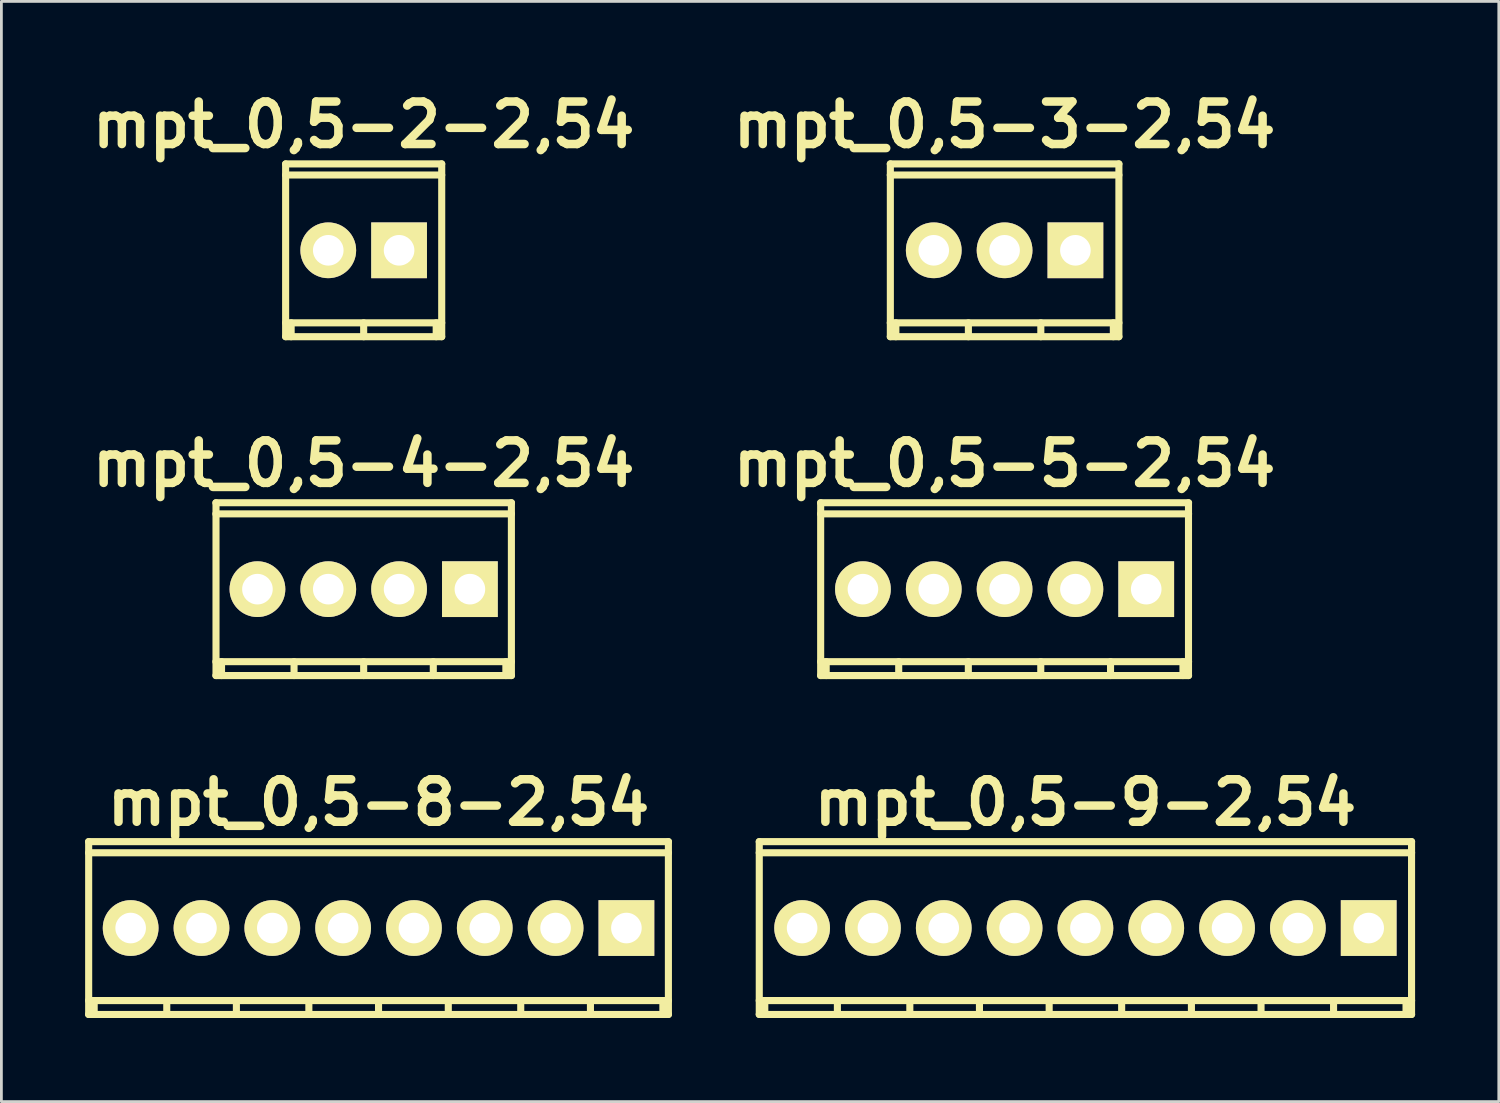
<source format=kicad_pcb>
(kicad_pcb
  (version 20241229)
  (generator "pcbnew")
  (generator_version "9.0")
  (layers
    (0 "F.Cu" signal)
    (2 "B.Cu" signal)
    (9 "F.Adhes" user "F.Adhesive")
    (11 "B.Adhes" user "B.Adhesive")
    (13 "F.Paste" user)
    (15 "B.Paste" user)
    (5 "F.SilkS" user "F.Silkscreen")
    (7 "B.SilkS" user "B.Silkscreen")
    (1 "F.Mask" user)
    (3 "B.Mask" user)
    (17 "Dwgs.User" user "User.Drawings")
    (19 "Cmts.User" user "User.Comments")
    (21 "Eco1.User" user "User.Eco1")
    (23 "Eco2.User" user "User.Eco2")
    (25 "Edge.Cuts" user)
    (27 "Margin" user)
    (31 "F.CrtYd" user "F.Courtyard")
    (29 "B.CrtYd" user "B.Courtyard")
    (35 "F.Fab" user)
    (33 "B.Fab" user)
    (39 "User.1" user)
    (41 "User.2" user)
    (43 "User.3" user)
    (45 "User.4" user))
  (footprint "mpt_0,5-9-2,54"
    (layer "F.Cu")
    (at 35.878 30.234)
    (property "Reference" "mpt_0,5-9-2,54" (at 0 -4.501 0) (layer "F.SilkS") (effects (font (size 1.524 1.524) (thickness 0.305))))
    (attr through_hole)
    (fp_line (start -11.699 -2.7) (end 11.699 -2.7) (stroke (width 0.254) (type solid)) (layer "F.SilkS"))
    (fp_line (start -11.699 3.099) (end 11.699 3.099) (stroke (width 0.254) (type solid)) (layer "F.SilkS"))
    (fp_line (start -11.697 -3.099) (end -11.697 3.099) (stroke (width 0.254) (type solid)) (layer "F.SilkS"))
    (fp_line (start -11.499 3.099) (end -11.499 2.601) (stroke (width 0.254) (type solid)) (layer "F.SilkS"))
    (fp_line (start -8.895 3.099) (end -8.895 2.601) (stroke (width 0.254) (type solid)) (layer "F.SilkS"))
    (fp_line (start -6.297 2.601) (end -6.297 3.099) (stroke (width 0.254) (type solid)) (layer "F.SilkS"))
    (fp_line (start -3.8 2.601) (end -3.8 3.099) (stroke (width 0.254) (type solid)) (layer "F.SilkS"))
    (fp_line (start -1.3 2.601) (end -1.3 3.099) (stroke (width 0.254) (type solid)) (layer "F.SilkS"))
    (fp_line (start 1.3 2.601) (end 1.3 3.099) (stroke (width 0.254) (type solid)) (layer "F.SilkS"))
    (fp_line (start 3.802 2.601) (end 3.802 3.099) (stroke (width 0.254) (type solid)) (layer "F.SilkS"))
    (fp_line (start 6.299 2.601) (end 6.299 3.099) (stroke (width 0.254) (type solid)) (layer "F.SilkS"))
    (fp_line (start 8.9 2.601) (end 8.9 3.099) (stroke (width 0.254) (type solid)) (layer "F.SilkS"))
    (fp_line (start 11.499 2.601) (end 11.499 3.099) (stroke (width 0.254) (type solid)) (layer "F.SilkS"))
    (fp_line (start 11.697 3.099) (end 11.697 -3.099) (stroke (width 0.254) (type solid)) (layer "F.SilkS"))
    (fp_line (start 11.699 -3.099) (end -11.699 -3.099) (stroke (width 0.254) (type solid)) (layer "F.SilkS"))
    (fp_line (start 11.699 2.601) (end -11.699 2.601) (stroke (width 0.254) (type solid)) (layer "F.SilkS"))
    (pad "1" thru_hole rect (at 10.16 0) (size 1.999 1.999) (drill 1.097) (layers "*.Cu" "*.Mask" "F.SilkS"))
    (pad "2" thru_hole oval (at 7.62 0) (size 1.999 1.999) (drill 1.097) (layers "*.Cu" "*.Mask" "F.SilkS"))
    (pad "3" thru_hole oval (at 5.08 0) (size 1.999 1.999) (drill 1.097) (layers "*.Cu" "*.Mask" "F.SilkS"))
    (pad "4" thru_hole oval (at 2.54 0) (size 1.999 1.999) (drill 1.097) (layers "*.Cu" "*.Mask" "F.SilkS"))
    (pad "5" thru_hole oval (at 0 0) (size 1.999 1.999) (drill 1.097) (layers "*.Cu" "*.Mask" "F.SilkS"))
    (pad "6" thru_hole oval (at -2.54 0) (size 1.999 1.999) (drill 1.097) (layers "*.Cu" "*.Mask" "F.SilkS"))
    (pad "7" thru_hole oval (at -5.08 0) (size 1.999 1.999) (drill 1.097) (layers "*.Cu" "*.Mask" "F.SilkS"))
    (pad "8" thru_hole oval (at -7.62 0) (size 1.999 1.999) (drill 1.097) (layers "*.Cu" "*.Mask" "F.SilkS"))
    (pad "9" thru_hole oval (at -10.16 0) (size 1.999 1.999) (drill 1.097) (layers "*.Cu" "*.Mask" "F.SilkS")))
  (footprint "mpt_0,5-3-2,54"
    (layer "F.Cu")
    (at 32.979 5.927)
    (property "Reference" "mpt_0,5-3-2,54" (at 0 -4.501 0) (layer "F.SilkS") (effects (font (size 1.524 1.524) (thickness 0.305))))
    (attr through_hole)
    (fp_line (start -4.1 3.099) (end 4.1 3.099) (stroke (width 0.254) (type solid)) (layer "F.SilkS"))
    (fp_line (start -4.097 -3.099) (end -4.097 3.099) (stroke (width 0.254) (type solid)) (layer "F.SilkS"))
    (fp_line (start -3.899 3.099) (end -3.899 2.601) (stroke (width 0.254) (type solid)) (layer "F.SilkS"))
    (fp_line (start -1.298 3.099) (end -1.298 2.601) (stroke (width 0.254) (type solid)) (layer "F.SilkS"))
    (fp_line (start 1.3 2.601) (end 1.3 3.099) (stroke (width 0.254) (type solid)) (layer "F.SilkS"))
    (fp_line (start 3.901 2.601) (end 3.901 3.099) (stroke (width 0.254) (type solid)) (layer "F.SilkS"))
    (fp_line (start 4.1 -3.099) (end -4.1 -3.099) (stroke (width 0.254) (type solid)) (layer "F.SilkS"))
    (fp_line (start 4.1 -2.7) (end -4.1 -2.7) (stroke (width 0.254) (type solid)) (layer "F.SilkS"))
    (fp_line (start 4.1 2.601) (end -4.1 2.601) (stroke (width 0.254) (type solid)) (layer "F.SilkS"))
    (fp_line (start 4.1 3.099) (end 4.1 -3.099) (stroke (width 0.254) (type solid)) (layer "F.SilkS"))
    (pad "1" thru_hole rect (at 2.54 0) (size 1.999 1.999) (drill 1.097) (layers "*.Cu" "*.Mask" "F.SilkS"))
    (pad "2" thru_hole oval (at 0 0) (size 1.999 1.999) (drill 1.097) (layers "*.Cu" "*.Mask" "F.SilkS"))
    (pad "3" thru_hole oval (at -2.54 0) (size 1.999 1.999) (drill 1.097) (layers "*.Cu" "*.Mask" "F.SilkS")))
  (footprint "mpt_0,5-8-2,54"
    (layer "F.Cu")
    (at 10.526 30.234)
    (property "Reference" "mpt_0,5-8-2,54" (at 0 -4.501 0) (layer "F.SilkS") (effects (font (size 1.524 1.524) (thickness 0.305))))
    (attr through_hole)
    (fp_line (start -10.399 -2.7) (end 10.399 -2.7) (stroke (width 0.254) (type solid)) (layer "F.SilkS"))
    (fp_line (start -10.399 2.601) (end 10.399 2.601) (stroke (width 0.254) (type solid)) (layer "F.SilkS"))
    (fp_line (start -10.396 -3.099) (end -10.396 3.099) (stroke (width 0.254) (type solid)) (layer "F.SilkS"))
    (fp_line (start -10.198 3.099) (end -10.198 2.601) (stroke (width 0.254) (type solid)) (layer "F.SilkS"))
    (fp_line (start -7.595 3.099) (end -7.595 2.601) (stroke (width 0.254) (type solid)) (layer "F.SilkS"))
    (fp_line (start -5.098 2.601) (end -5.098 3.099) (stroke (width 0.254) (type solid)) (layer "F.SilkS"))
    (fp_line (start -2.499 2.601) (end -2.499 3.099) (stroke (width 0.254) (type solid)) (layer "F.SilkS"))
    (fp_line (start 0 2.601) (end 0 3.099) (stroke (width 0.254) (type solid)) (layer "F.SilkS"))
    (fp_line (start 2.502 2.601) (end 2.502 3.099) (stroke (width 0.254) (type solid)) (layer "F.SilkS"))
    (fp_line (start 5.1 2.601) (end 5.1 3.099) (stroke (width 0.254) (type solid)) (layer "F.SilkS"))
    (fp_line (start 7.6 2.601) (end 7.6 3.099) (stroke (width 0.254) (type solid)) (layer "F.SilkS"))
    (fp_line (start 10.198 2.601) (end 10.198 3.099) (stroke (width 0.254) (type solid)) (layer "F.SilkS"))
    (fp_line (start 10.396 3.099) (end 10.396 -3.099) (stroke (width 0.254) (type solid)) (layer "F.SilkS"))
    (fp_line (start 10.399 -3.099) (end -10.399 -3.099) (stroke (width 0.254) (type solid)) (layer "F.SilkS"))
    (fp_line (start 10.399 3.099) (end -10.399 3.099) (stroke (width 0.254) (type solid)) (layer "F.SilkS"))
    (pad "1" thru_hole rect (at 8.89 0) (size 1.999 1.999) (drill 1.097) (layers "*.Cu" "*.Mask" "F.SilkS"))
    (pad "2" thru_hole oval (at 6.35 0) (size 1.999 1.999) (drill 1.097) (layers "*.Cu" "*.Mask" "F.SilkS"))
    (pad "3" thru_hole oval (at 3.81 0) (size 1.999 1.999) (drill 1.097) (layers "*.Cu" "*.Mask" "F.SilkS"))
    (pad "4" thru_hole oval (at 1.27 0) (size 1.999 1.999) (drill 1.097) (layers "*.Cu" "*.Mask" "F.SilkS"))
    (pad "5" thru_hole oval (at -1.27 0) (size 1.999 1.999) (drill 1.097) (layers "*.Cu" "*.Mask" "F.SilkS"))
    (pad "6" thru_hole oval (at -3.81 0) (size 1.999 1.999) (drill 1.097) (layers "*.Cu" "*.Mask" "F.SilkS"))
    (pad "7" thru_hole oval (at -6.35 0) (size 1.999 1.999) (drill 1.097) (layers "*.Cu" "*.Mask" "F.SilkS"))
    (pad "8" thru_hole oval (at -8.89 0) (size 1.999 1.999) (drill 1.097) (layers "*.Cu" "*.Mask" "F.SilkS")))
  (footprint "mpt_0,5-2-2,54"
    (layer "F.Cu")
    (at 9.993 5.927)
    (property "Reference" "mpt_0,5-2-2,54" (at 0 -4.501 0) (layer "F.SilkS") (effects (font (size 1.524 1.524) (thickness 0.305))))
    (attr through_hole)
    (fp_line (start -2.799 -3.099) (end -2.799 3.099) (stroke (width 0.254) (type solid)) (layer "F.SilkS"))
    (fp_line (start -2.799 -2.7) (end 2.799 -2.7) (stroke (width 0.254) (type solid)) (layer "F.SilkS"))
    (fp_line (start -2.799 3.099) (end 2.799 3.099) (stroke (width 0.254) (type solid)) (layer "F.SilkS"))
    (fp_line (start -2.601 3.099) (end -2.601 2.601) (stroke (width 0.254) (type solid)) (layer "F.SilkS"))
    (fp_line (start 0 3.099) (end 0 2.601) (stroke (width 0.254) (type solid)) (layer "F.SilkS"))
    (fp_line (start 2.601 2.601) (end 2.601 3.099) (stroke (width 0.254) (type solid)) (layer "F.SilkS"))
    (fp_line (start 2.799 -3.099) (end -2.799 -3.099) (stroke (width 0.254) (type solid)) (layer "F.SilkS"))
    (fp_line (start 2.799 2.601) (end -2.799 2.601) (stroke (width 0.254) (type solid)) (layer "F.SilkS"))
    (fp_line (start 2.799 3.099) (end 2.799 -3.099) (stroke (width 0.254) (type solid)) (layer "F.SilkS"))
    (pad "1" thru_hole rect (at 1.27 0) (size 1.999 1.999) (drill 1.097) (layers "*.Cu" "*.Mask" "F.SilkS"))
    (pad "2" thru_hole oval (at -1.27 0) (size 1.999 1.999) (drill 1.097) (layers "*.Cu" "*.Mask" "F.SilkS")))
  (footprint "mpt_0,5-4-2,54"
    (layer "F.Cu")
    (at 9.993 18.08)
    (property "Reference" "mpt_0,5-4-2,54" (at 0 -4.501 0) (layer "F.SilkS") (effects (font (size 1.524 1.524) (thickness 0.305))))
    (attr through_hole)
    (fp_line (start -5.301 -2.7) (end 5.301 -2.7) (stroke (width 0.254) (type solid)) (layer "F.SilkS"))
    (fp_line (start -5.301 2.601) (end 5.301 2.601) (stroke (width 0.254) (type solid)) (layer "F.SilkS"))
    (fp_line (start -5.296 -3.099) (end -5.296 3.099) (stroke (width 0.254) (type solid)) (layer "F.SilkS"))
    (fp_line (start -5.098 3.099) (end -5.098 2.601) (stroke (width 0.254) (type solid)) (layer "F.SilkS"))
    (fp_line (start -2.497 3.099) (end -2.497 2.601) (stroke (width 0.254) (type solid)) (layer "F.SilkS"))
    (fp_line (start 0 2.601) (end 0 3.099) (stroke (width 0.254) (type solid)) (layer "F.SilkS"))
    (fp_line (start 2.497 2.601) (end 2.497 3.099) (stroke (width 0.254) (type solid)) (layer "F.SilkS"))
    (fp_line (start 5.1 2.601) (end 5.1 3.099) (stroke (width 0.254) (type solid)) (layer "F.SilkS"))
    (fp_line (start 5.298 3.099) (end 5.298 -3.099) (stroke (width 0.254) (type solid)) (layer "F.SilkS"))
    (fp_line (start 5.301 -3.099) (end -5.301 -3.099) (stroke (width 0.254) (type solid)) (layer "F.SilkS"))
    (fp_line (start 5.301 3.099) (end -5.301 3.099) (stroke (width 0.254) (type solid)) (layer "F.SilkS"))
    (pad "1" thru_hole rect (at 3.81 0) (size 1.999 1.999) (drill 1.097) (layers "*.Cu" "*.Mask" "F.SilkS"))
    (pad "2" thru_hole oval (at 1.27 0) (size 1.999 1.999) (drill 1.097) (layers "*.Cu" "*.Mask" "F.SilkS"))
    (pad "3" thru_hole oval (at -1.27 0) (size 1.999 1.999) (drill 1.097) (layers "*.Cu" "*.Mask" "F.SilkS"))
    (pad "4" thru_hole oval (at -3.81 0) (size 1.999 1.999) (drill 1.097) (layers "*.Cu" "*.Mask" "F.SilkS")))
  (footprint "mpt_0,5-5-2,54"
    (layer "F.Cu")
    (at 32.979 18.08)
    (property "Reference" "mpt_0,5-5-2,54" (at 0 -4.501 0) (layer "F.SilkS") (effects (font (size 1.524 1.524) (thickness 0.305))))
    (attr through_hole)
    (fp_line (start -6.599 -2.7) (end 6.599 -2.7) (stroke (width 0.254) (type solid)) (layer "F.SilkS"))
    (fp_line (start -6.599 2.601) (end 6.599 2.601) (stroke (width 0.254) (type solid)) (layer "F.SilkS"))
    (fp_line (start -6.596 -3.099) (end -6.596 3.099) (stroke (width 0.254) (type solid)) (layer "F.SilkS"))
    (fp_line (start -6.398 3.099) (end -6.398 2.601) (stroke (width 0.254) (type solid)) (layer "F.SilkS"))
    (fp_line (start -3.797 3.099) (end -3.797 2.601) (stroke (width 0.254) (type solid)) (layer "F.SilkS"))
    (fp_line (start -1.3 2.601) (end -1.3 3.099) (stroke (width 0.254) (type solid)) (layer "F.SilkS"))
    (fp_line (start 1.298 2.601) (end 1.298 3.099) (stroke (width 0.254) (type solid)) (layer "F.SilkS"))
    (fp_line (start 3.8 2.601) (end 3.8 3.099) (stroke (width 0.254) (type solid)) (layer "F.SilkS"))
    (fp_line (start 6.398 2.601) (end 6.398 3.099) (stroke (width 0.254) (type solid)) (layer "F.SilkS"))
    (fp_line (start 6.596 3.099) (end 6.596 -3.099) (stroke (width 0.254) (type solid)) (layer "F.SilkS"))
    (fp_line (start 6.599 -3.099) (end -6.599 -3.099) (stroke (width 0.254) (type solid)) (layer "F.SilkS"))
    (fp_line (start 6.599 3.099) (end -6.599 3.099) (stroke (width 0.254) (type solid)) (layer "F.SilkS"))
    (pad "1" thru_hole rect (at 5.08 0) (size 1.999 1.999) (drill 1.097) (layers "*.Cu" "*.Mask" "F.SilkS"))
    (pad "2" thru_hole oval (at 2.54 0) (size 1.999 1.999) (drill 1.097) (layers "*.Cu" "*.Mask" "F.SilkS"))
    (pad "3" thru_hole oval (at 0 0) (size 1.999 1.999) (drill 1.097) (layers "*.Cu" "*.Mask" "F.SilkS"))
    (pad "4" thru_hole oval (at -2.54 0) (size 1.999 1.999) (drill 1.097) (layers "*.Cu" "*.Mask" "F.SilkS"))
    (pad "5" thru_hole oval (at -5.08 0) (size 1.999 1.999) (drill 1.097) (layers "*.Cu" "*.Mask" "F.SilkS")))
  (gr_rect
    (start -3 -3)
    (end 50.704 36.459)
    (stroke (width 0.1) (type default))
    (fill no)
    (layer "Edge.Cuts")))
</source>
